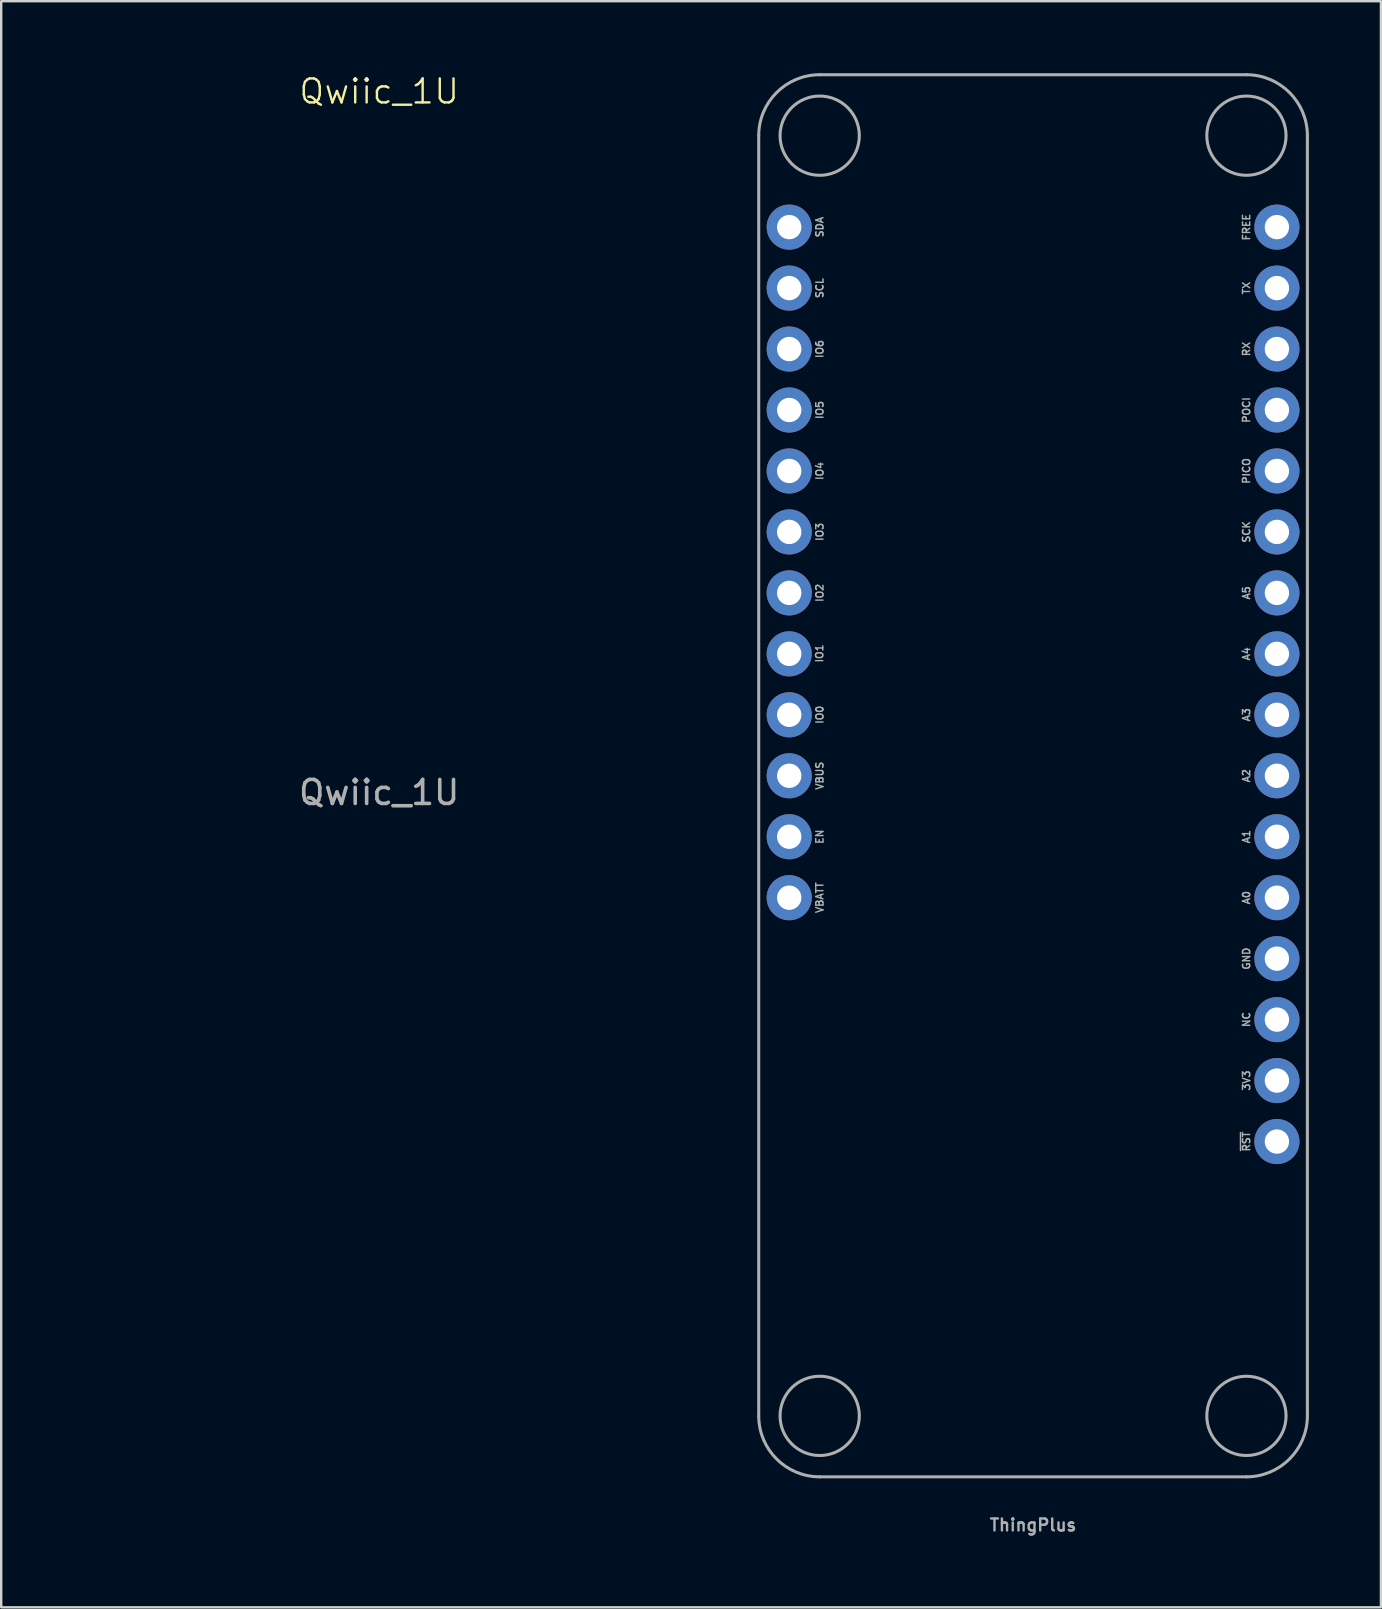
<source format=kicad_pcb>
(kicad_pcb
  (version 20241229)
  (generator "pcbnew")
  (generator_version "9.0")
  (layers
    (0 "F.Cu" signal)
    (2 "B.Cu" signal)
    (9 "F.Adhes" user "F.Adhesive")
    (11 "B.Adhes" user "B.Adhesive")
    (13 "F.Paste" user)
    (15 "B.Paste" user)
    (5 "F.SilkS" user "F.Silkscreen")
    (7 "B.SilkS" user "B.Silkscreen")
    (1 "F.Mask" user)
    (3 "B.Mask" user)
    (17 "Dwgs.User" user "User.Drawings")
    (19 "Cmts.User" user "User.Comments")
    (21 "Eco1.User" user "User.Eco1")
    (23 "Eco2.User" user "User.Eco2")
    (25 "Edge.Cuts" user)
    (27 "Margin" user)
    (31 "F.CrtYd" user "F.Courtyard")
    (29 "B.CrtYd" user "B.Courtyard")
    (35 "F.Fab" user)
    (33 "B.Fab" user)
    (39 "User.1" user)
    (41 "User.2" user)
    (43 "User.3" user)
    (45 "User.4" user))
  (footprint "ThingPlus"
    (layer "F.Cu")
    (at 39.993 29.273)
    (property "Reference" "ThingPlus" (at 0 31.51 0) (layer "F.Fab") (effects (font (size 0.5 0.5) (thickness 0.1) (bold yes)) (justify bottom)))
    (fp_line (start -11.43 26.67) (end -11.43 -26.67) (stroke (width 0.127) (type solid)) (layer "F.Fab"))
    (fp_line (start -8.89 -29.21) (end 8.89 -29.21) (stroke (width 0.127) (type solid)) (layer "F.Fab"))
    (fp_line (start 8.89 29.21) (end -8.89 29.21) (stroke (width 0.127) (type solid)) (layer "F.Fab"))
    (fp_line (start 11.43 -26.67) (end 11.43 26.67) (stroke (width 0.127) (type solid)) (layer "F.Fab"))
    (fp_arc (start -11.43 -26.67) (mid -10.686051 -28.466051) (end -8.89 -29.21) (stroke (width 0.127) (type solid)) (layer "F.Fab"))
    (fp_arc (start -8.89 29.21) (mid -10.686051 28.466051) (end -11.43 26.67) (stroke (width 0.127) (type solid)) (layer "F.Fab"))
    (fp_arc (start 8.89 -29.21) (mid 10.686051 -28.466051) (end 11.43 -26.67) (stroke (width 0.127) (type solid)) (layer "F.Fab"))
    (fp_arc (start 11.43 26.67) (mid 10.686051 28.466051) (end 8.89 29.21) (stroke (width 0.127) (type solid)) (layer "F.Fab"))
    (fp_circle (center -8.89 -26.67) (end -7.239 -26.67) (stroke (width 0.127) (type solid)) (fill no) (layer "F.Fab"))
    (fp_circle (center -8.89 26.67) (end -7.239 26.67) (stroke (width 0.127) (type solid)) (fill no) (layer "F.Fab"))
    (fp_circle (center 8.89 -26.67) (end 10.541 -26.67) (stroke (width 0.127) (type solid)) (fill no) (layer "F.Fab"))
    (fp_circle (center 8.89 26.67) (end 10.541 26.67) (stroke (width 0.127) (type solid)) (fill no) (layer "F.Fab"))
    (fp_text user "VBATT" (at -8.89 5.08 90) (unlocked yes) (layer "F.Fab") (effects (font (size 0.3 0.3) (thickness 0.06) (bold yes))))
    (fp_text user "IO1" (at -8.899 -5.097 90) (unlocked yes) (layer "F.Fab") (effects (font (size 0.3 0.3) (thickness 0.06) (bold yes))))
    (fp_text user "A1" (at 8.89 2.54 90) (unlocked yes) (layer "F.Fab") (effects (font (size 0.3 0.3) (thickness 0.06) (bold yes))))
    (fp_text user "EN" (at -8.89 2.54 90) (unlocked yes) (layer "F.Fab") (effects (font (size 0.3 0.3) (thickness 0.06) (bold yes))))
    (fp_text user "RX" (at 8.89 -17.78 90) (unlocked yes) (layer "F.Fab") (effects (font (size 0.3 0.3) (thickness 0.06) (bold yes))))
    (fp_text user "TX" (at 8.89 -20.32 90) (unlocked yes) (layer "F.Fab") (effects (font (size 0.3 0.3) (thickness 0.06) (bold yes))))
    (fp_text user "A0" (at 8.89 5.08 90) (unlocked yes) (layer "F.Fab") (effects (font (size 0.3 0.3) (thickness 0.06) (bold yes))))
    (fp_text user "IO6" (at -8.89 -17.78 90) (unlocked yes) (layer "F.Fab") (effects (font (size 0.3 0.3) (thickness 0.06) (bold yes))))
    (fp_text user "SDA" (at -8.89 -22.86 90) (unlocked yes) (layer "F.Fab") (effects (font (size 0.3 0.3) (thickness 0.06) (bold yes))))
    (fp_text user "POCI" (at 8.89 -15.24 90) (unlocked yes) (layer "F.Fab") (effects (font (size 0.3 0.3) (thickness 0.06) (bold yes))))
    (fp_text user "GND" (at 8.89 7.62 90) (unlocked yes) (layer "F.Fab") (effects (font (size 0.3 0.3) (thickness 0.06) (bold yes))))
    (fp_text user "PICO" (at 8.89 -12.7 90) (unlocked yes) (layer "F.Fab") (effects (font (size 0.3 0.3) (thickness 0.06) (bold yes))))
    (fp_text user "A2" (at 8.89 0 90) (unlocked yes) (layer "F.Fab") (effects (font (size 0.3 0.3) (thickness 0.06) (bold yes))))
    (fp_text user "IO4" (at -8.89 -12.7 90) (unlocked yes) (layer "F.Fab") (effects (font (size 0.3 0.3) (thickness 0.06) (bold yes))))
    (fp_text user "SCL" (at -8.89 -20.32 90) (unlocked yes) (layer "F.Fab") (effects (font (size 0.3 0.3) (thickness 0.06) (bold yes))))
    (fp_text user "A4" (at 8.89 -5.08 90) (unlocked yes) (layer "F.Fab") (effects (font (size 0.3 0.3) (thickness 0.06) (bold yes))))
    (fp_text user "FREE" (at 8.89 -22.86 90) (unlocked yes) (layer "F.Fab") (effects (font (size 0.3 0.3) (thickness 0.06) (bold yes))))
    (fp_text user "IO5" (at -8.89 -15.24 90) (unlocked yes) (layer "F.Fab") (effects (font (size 0.3 0.3) (thickness 0.06) (bold yes))))
    (fp_text user "A5" (at 8.89 -7.62 90) (unlocked yes) (layer "F.Fab") (effects (font (size 0.3 0.3) (thickness 0.06) (bold yes))))
    (fp_text user "VBUS" (at -8.89 0 90) (unlocked yes) (layer "F.Fab") (effects (font (size 0.3 0.3) (thickness 0.06) (bold yes))))
    (fp_text user "3V3" (at 8.89 12.7 90) (unlocked yes) (layer "F.Fab") (effects (font (size 0.3 0.3) (thickness 0.06) (bold yes))))
    (fp_text user "A3" (at 8.89 -2.54 90) (unlocked yes) (layer "F.Fab") (effects (font (size 0.3 0.3) (thickness 0.06) (bold yes))))
    (fp_text user "IO3" (at -8.89 -10.16 90) (unlocked yes) (layer "F.Fab") (effects (font (size 0.3 0.3) (thickness 0.06) (bold yes))))
    (fp_text user "NC" (at 8.89 10.16 90) (unlocked yes) (layer "F.Fab") (effects (font (size 0.3 0.3) (thickness 0.06) (bold yes))))
    (fp_text user "IO2" (at -8.89 -7.62 90) (unlocked yes) (layer "F.Fab") (effects (font (size 0.3 0.3) (thickness 0.06) (bold yes))))
    (fp_text user "SCK" (at 8.89 -10.16 90) (unlocked yes) (layer "F.Fab") (effects (font (size 0.3 0.3) (thickness 0.06) (bold yes))))
    (fp_text user "IO0" (at -8.89 -2.54 90) (unlocked yes) (layer "F.Fab") (effects (font (size 0.3 0.3) (thickness 0.06) (bold yes))))
    (fp_text user "~{RST}" (at 8.89 15.24 90) (unlocked yes) (layer "F.Fab") (effects (font (size 0.3 0.3) (thickness 0.06) (bold yes))))
    (pad "1" thru_hole circle (at -10.16 -22.86) (size 1.88 1.88) (drill 1.016) (layers "*.Cu" "*.Mask"))
    (pad "2" thru_hole circle (at -10.16 -20.32) (size 1.88 1.88) (drill 1.016) (layers "*.Cu" "*.Mask"))
    (pad "3" thru_hole circle (at -10.16 -17.78) (size 1.88 1.88) (drill 1.016) (layers "*.Cu" "*.Mask"))
    (pad "4" thru_hole circle (at -10.16 -15.24) (size 1.88 1.88) (drill 1.016) (layers "*.Cu" "*.Mask"))
    (pad "5" thru_hole circle (at -10.16 -12.7) (size 1.88 1.88) (drill 1.016) (layers "*.Cu" "*.Mask"))
    (pad "6" thru_hole circle (at -10.16 -10.16) (size 1.88 1.88) (drill 1.016) (layers "*.Cu" "*.Mask"))
    (pad "7" thru_hole circle (at -10.16 -7.62) (size 1.88 1.88) (drill 1.016) (layers "*.Cu" "*.Mask"))
    (pad "8" thru_hole circle (at -10.16 -5.08) (size 1.88 1.88) (drill 1.016) (layers "*.Cu" "*.Mask"))
    (pad "9" thru_hole circle (at -10.16 -2.54) (size 1.88 1.88) (drill 1.016) (layers "*.Cu" "*.Mask"))
    (pad "10" thru_hole circle (at -10.16 0) (size 1.88 1.88) (drill 1.016) (layers "*.Cu" "*.Mask"))
    (pad "11" thru_hole circle (at -10.16 2.54) (size 1.88 1.88) (drill 1.016) (layers "*.Cu" "*.Mask"))
    (pad "12" thru_hole circle (at -10.16 5.08) (size 1.88 1.88) (drill 1.016) (layers "*.Cu" "*.Mask"))
    (pad "13" thru_hole circle (at 10.16 -22.86) (size 1.88 1.88) (drill 1.016) (layers "*.Cu" "*.Mask"))
    (pad "14" thru_hole circle (at 10.16 -20.32) (size 1.88 1.88) (drill 1.016) (layers "*.Cu" "*.Mask"))
    (pad "15" thru_hole circle (at 10.16 -17.78) (size 1.88 1.88) (drill 1.016) (layers "*.Cu" "*.Mask"))
    (pad "16" thru_hole circle (at 10.16 -15.24) (size 1.88 1.88) (drill 1.016) (layers "*.Cu" "*.Mask"))
    (pad "17" thru_hole circle (at 10.16 -12.7) (size 1.88 1.88) (drill 1.016) (layers "*.Cu" "*.Mask"))
    (pad "18" thru_hole circle (at 10.16 -10.16) (size 1.88 1.88) (drill 1.016) (layers "*.Cu" "*.Mask"))
    (pad "19" thru_hole circle (at 10.16 -7.62) (size 1.88 1.88) (drill 1.016) (layers "*.Cu" "*.Mask"))
    (pad "20" thru_hole circle (at 10.16 -5.08) (size 1.88 1.88) (drill 1.016) (layers "*.Cu" "*.Mask"))
    (pad "21" thru_hole circle (at 10.16 -2.54) (size 1.88 1.88) (drill 1.016) (layers "*.Cu" "*.Mask"))
    (pad "22" thru_hole circle (at 10.16 0) (size 1.88 1.88) (drill 1.016) (layers "*.Cu" "*.Mask"))
    (pad "23" thru_hole circle (at 10.16 2.54) (size 1.88 1.88) (drill 1.016) (layers "*.Cu" "*.Mask"))
    (pad "24" thru_hole circle (at 10.16 5.08) (size 1.88 1.88) (drill 1.016) (layers "*.Cu" "*.Mask"))
    (pad "25" thru_hole circle (at 10.16 7.62) (size 1.88 1.88) (drill 1.016) (layers "*.Cu" "*.Mask"))
    (pad "26" thru_hole circle (at 10.16 10.16) (size 1.88 1.88) (drill 1.016) (layers "*.Cu" "*.Mask"))
    (pad "27" thru_hole circle (at 10.16 12.7) (size 1.88 1.88) (drill 1.016) (layers "*.Cu" "*.Mask"))
    (pad "28" thru_hole circle (at 10.16 15.24) (size 1.88 1.88) (drill 1.016) (layers "*.Cu" "*.Mask")))
  (footprint "Qwiic_1U"
    (layer "F.Cu")
    (at 12.75 14.73)
    (property "Reference" "Qwiic_1U" (at 0 -13.97 0) (unlocked yes) (layer "F.SilkS") (effects (font (size 1 1) (thickness 0.1))))
    (fp_line (start -12.7 -12.7) (end 12.7 -12.7) (stroke (width 0.1) (type default)) (layer "User.1"))
    (fp_line (start -12.7 12.7) (end -12.7 -12.7) (stroke (width 0.1) (type default)) (layer "User.1"))
    (fp_line (start 12.7 -12.7) (end 12.7 12.7) (stroke (width 0.1) (type default)) (layer "User.1"))
    (fp_line (start 12.7 12.7) (end -12.7 12.7) (stroke (width 0.1) (type default)) (layer "User.1"))
    (fp_circle (center -10.16 -10.16) (end -8.89 -10.16) (stroke (width 0.1) (type default)) (fill no) (layer "User.1"))
    (fp_circle (center -10.16 10.16) (end -8.89 10.16) (stroke (width 0.1) (type default)) (fill no) (layer "User.1"))
    (fp_circle (center 10.16 -10.16) (end 11.43 -10.16) (stroke (width 0.1) (type default)) (fill no) (layer "User.1"))
    (fp_circle (center 10.16 10.16) (end 11.43 10.16) (stroke (width 0.1) (type default)) (fill no) (layer "User.1"))
    (fp_text user "${REFERENCE}" (at 0 15.24 0) (unlocked yes) (layer "F.Fab") (effects (font (size 1 1) (thickness 0.15)))))
  (gr_rect
    (start -3 -3)
    (end 54.487 63.919)
    (stroke (width 0.1) (type default))
    (fill no)
    (layer "Edge.Cuts")))
</source>
